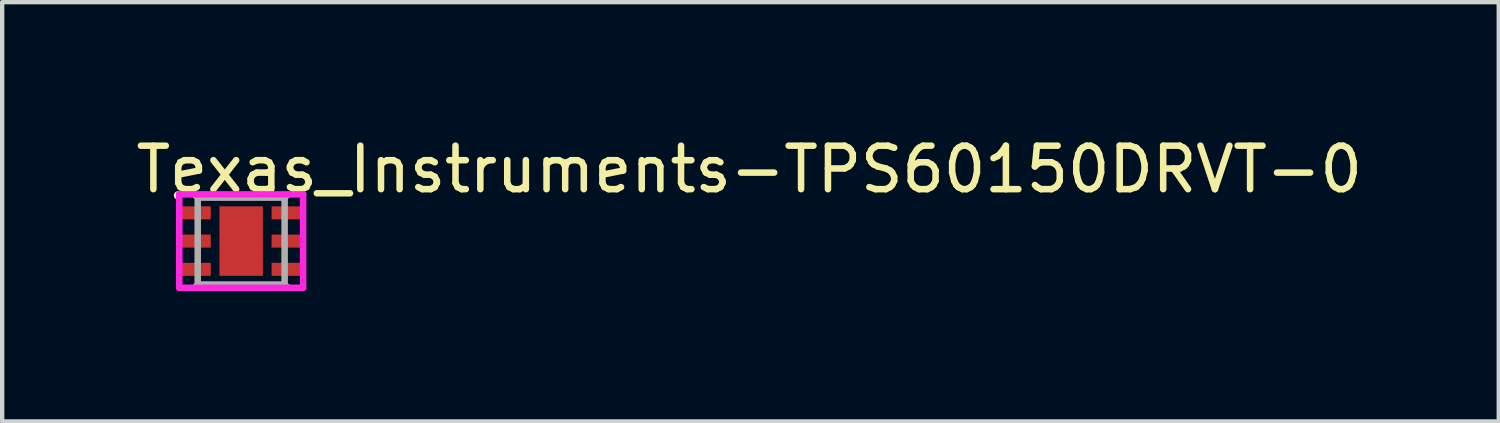
<source format=kicad_pcb>
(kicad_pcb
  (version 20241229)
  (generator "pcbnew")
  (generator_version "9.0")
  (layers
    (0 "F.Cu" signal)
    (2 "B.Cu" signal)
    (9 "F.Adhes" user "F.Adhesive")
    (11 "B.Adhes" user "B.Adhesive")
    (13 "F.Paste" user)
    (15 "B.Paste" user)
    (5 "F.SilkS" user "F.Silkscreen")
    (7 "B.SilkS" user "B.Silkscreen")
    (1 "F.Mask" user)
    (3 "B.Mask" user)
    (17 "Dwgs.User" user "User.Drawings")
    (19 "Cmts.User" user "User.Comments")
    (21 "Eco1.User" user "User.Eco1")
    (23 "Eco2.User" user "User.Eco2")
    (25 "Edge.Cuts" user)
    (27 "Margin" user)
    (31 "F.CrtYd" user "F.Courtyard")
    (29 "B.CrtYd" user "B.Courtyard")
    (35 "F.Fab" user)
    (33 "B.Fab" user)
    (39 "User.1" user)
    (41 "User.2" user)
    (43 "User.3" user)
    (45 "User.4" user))
  (footprint "Texas_Instruments-TPS60150DRVT-0"
    (layer "F.Cu")
    (at 2.5 2.498)
    (property "Reference" "Texas_Instruments-TPS60150DRVT-0" (at -2.5 -1.65 0) (layer "F.SilkS") (effects (font (size 1 1) (thickness 0.15)) (justify left)))
    (attr through_hole)
    (fp_line (start -1.05 -1.05) (end -0.8 -1.05) (stroke (width 0.15) (type solid)) (layer "F.SilkS"))
    (fp_line (start -1.05 1.05) (end -0.8 1.05) (stroke (width 0.15) (type solid)) (layer "F.SilkS"))
    (fp_line (start 0.8 -1.05) (end 1.05 -1.05) (stroke (width 0.15) (type solid)) (layer "F.SilkS"))
    (fp_line (start 0.8 1.05) (end 1.05 1.05) (stroke (width 0.15) (type solid)) (layer "F.SilkS"))
    (fp_circle (center -1.45 -1.05) (end -1.4 -1.05) (stroke (width 0.1) (type solid)) (fill no) (layer "F.SilkS"))
    (fp_line (start -1.425 -1.075) (end -1.425 1.075) (stroke (width 0.15) (type solid)) (layer "F.CrtYd"))
    (fp_line (start -1.425 1.075) (end 1.425 1.075) (stroke (width 0.15) (type solid)) (layer "F.CrtYd"))
    (fp_line (start 1.425 -1.075) (end -1.425 -1.075) (stroke (width 0.15) (type solid)) (layer "F.CrtYd"))
    (fp_line (start 1.425 -1.075) (end 1.425 -1.075) (stroke (width 0.15) (type solid)) (layer "F.CrtYd"))
    (fp_line (start 1.425 1.075) (end 1.425 -1.075) (stroke (width 0.15) (type solid)) (layer "F.CrtYd"))
    (fp_line (start -1 -1) (end 1 -1) (stroke (width 0.15) (type solid)) (layer "F.Fab"))
    (fp_line (start -1 1) (end -1 -1) (stroke (width 0.15) (type solid)) (layer "F.Fab"))
    (fp_line (start 1 -1) (end 1 1) (stroke (width 0.15) (type solid)) (layer "F.Fab"))
    (fp_line (start 1 1) (end -1 1) (stroke (width 0.15) (type solid)) (layer "F.Fab"))
    (pad "1" smd rect (at -1.05 -0.65 270) (size 0.3 0.7) (layers "F.Cu" "F.Mask" "F.Paste"))
    (pad "2" smd rect (at -1.05 -0.000001 270) (size 0.3 0.7) (layers "F.Cu" "F.Mask" "F.Paste"))
    (pad "3" smd rect (at -1.05 0.65 270) (size 0.3 0.7) (layers "F.Cu" "F.Mask" "F.Paste"))
    (pad "4" smd rect (at 1.05 0.65 270) (size 0.3 0.7) (layers "F.Cu" "F.Mask" "F.Paste"))
    (pad "5" smd rect (at 1.05 -0.000001 270) (size 0.3 0.7) (layers "F.Cu" "F.Mask" "F.Paste"))
    (pad "6" smd rect (at 1.05 -0.65 270) (size 0.3 0.7) (layers "F.Cu" "F.Mask" "F.Paste"))
    (pad "7" smd rect (at 0.000001 -0.000001 270) (size 1.6 1) (layers "F.Cu" "F.Mask" "F.Paste")))
  (gr_rect
    (start -3 -3)
    (end 31.44 6.648)
    (stroke (width 0.1) (type default))
    (fill no)
    (layer "Edge.Cuts")))
</source>
